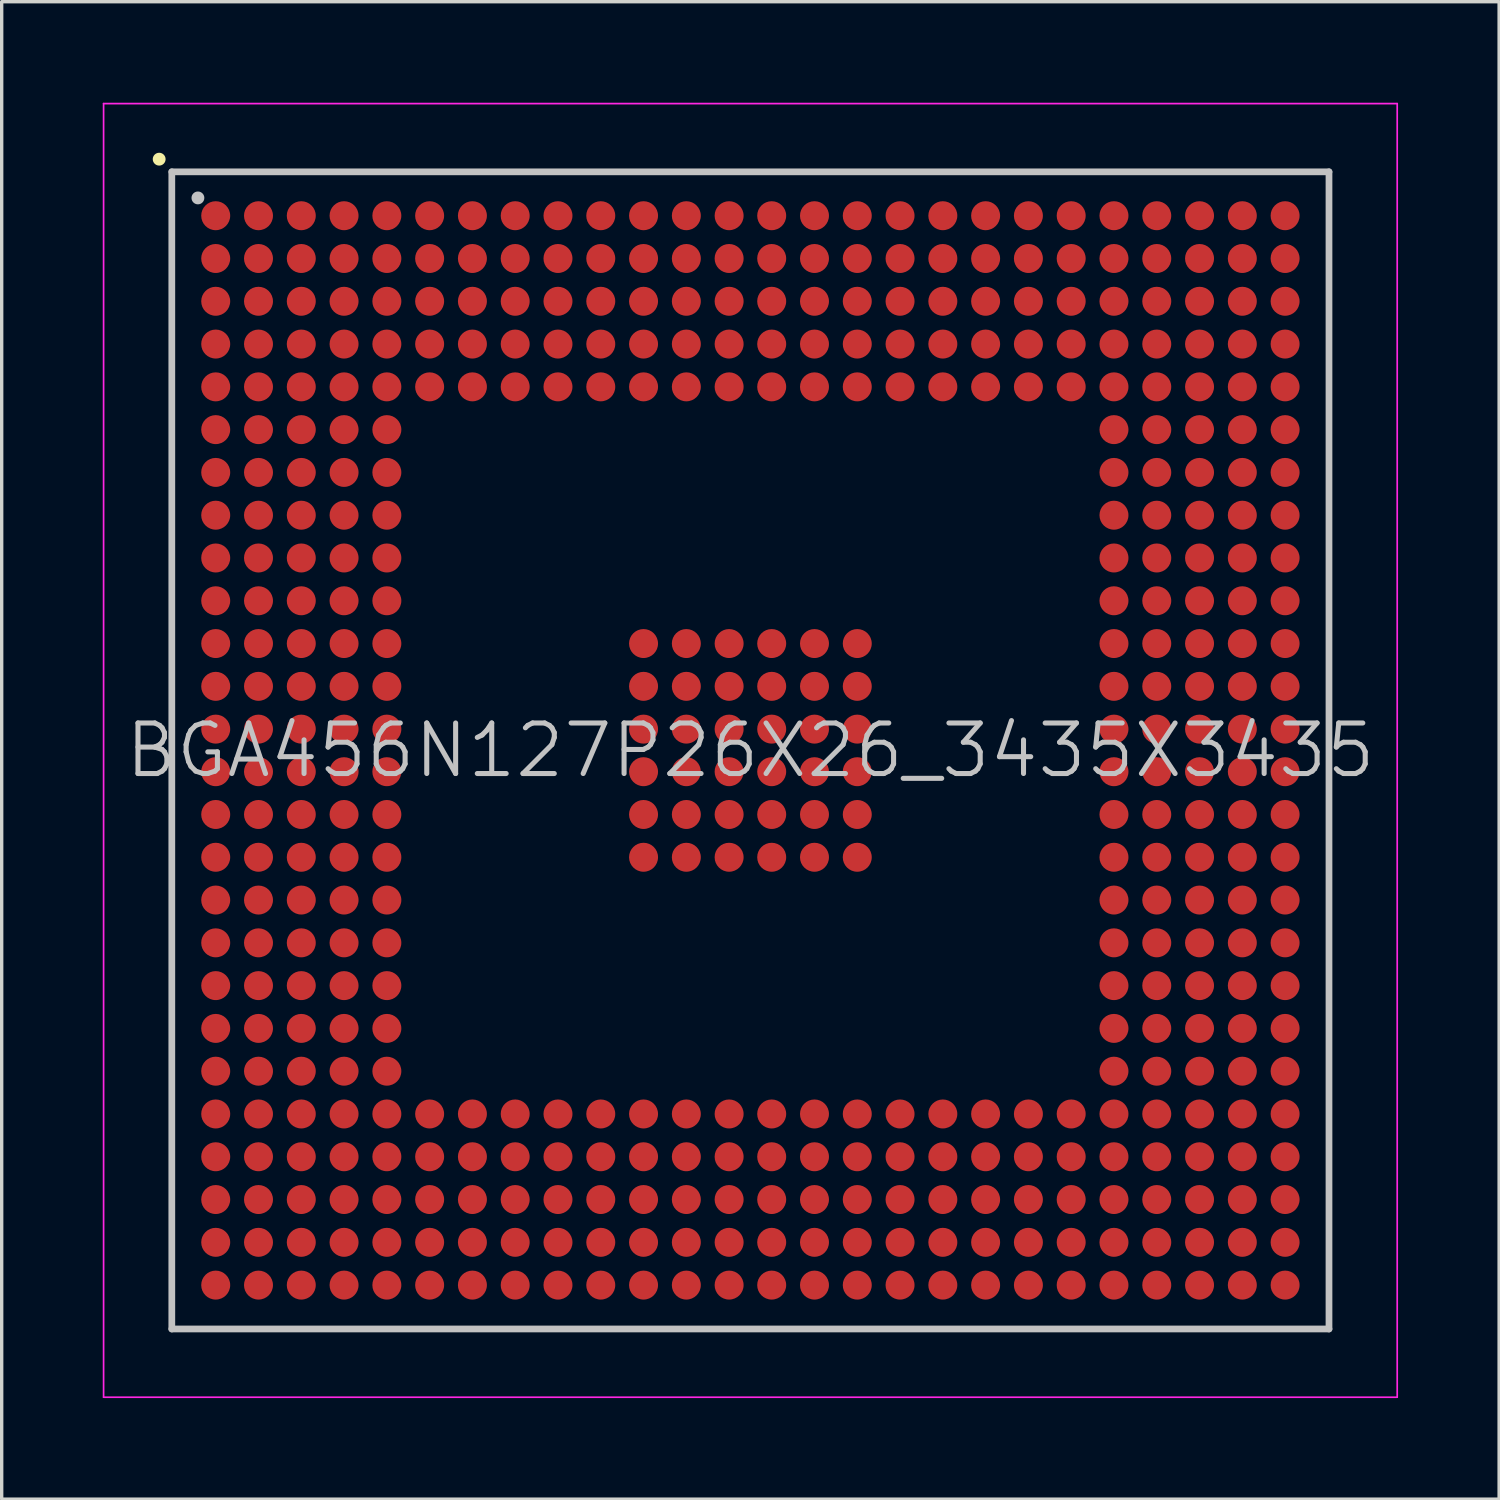
<source format=kicad_pcb>
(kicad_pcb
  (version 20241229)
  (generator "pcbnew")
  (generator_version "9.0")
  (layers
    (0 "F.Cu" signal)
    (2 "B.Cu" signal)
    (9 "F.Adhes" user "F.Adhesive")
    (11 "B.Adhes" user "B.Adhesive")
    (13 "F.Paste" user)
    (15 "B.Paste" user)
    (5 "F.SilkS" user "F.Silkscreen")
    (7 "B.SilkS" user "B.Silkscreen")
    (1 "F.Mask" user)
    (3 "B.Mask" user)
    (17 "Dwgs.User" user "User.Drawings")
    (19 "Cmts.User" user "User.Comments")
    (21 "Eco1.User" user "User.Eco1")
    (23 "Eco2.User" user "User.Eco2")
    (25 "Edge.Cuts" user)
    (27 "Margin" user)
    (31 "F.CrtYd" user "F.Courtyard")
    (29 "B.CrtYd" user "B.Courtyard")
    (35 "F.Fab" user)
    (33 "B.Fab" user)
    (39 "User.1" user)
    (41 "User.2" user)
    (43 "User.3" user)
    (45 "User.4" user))
  (footprint "BGA456N127P26X26_3435X3435"
    (layer "F.Cu")
    (at 19.225 19.225)
    (property "Reference" "BGA456N127P26X26_3435X3435" (at 0 0 0) (layer "Dwgs.User") (effects (font (size 1.5 1.5) (thickness 0.15))))
    (attr smd)
    (fp_line (start -17.55 -17.55) (end -17.55 -17.55) (stroke (width 0.381) (type solid)) (layer "F.SilkS"))
    (fp_line (start -17.175 -17.175) (end -17.175 17.175) (stroke (width 0.2) (type solid)) (layer "Dwgs.User"))
    (fp_line (start -17.175 -17.175) (end 17.175 -17.175) (stroke (width 0.2) (type solid)) (layer "Dwgs.User"))
    (fp_line (start -17.175 17.175) (end 17.175 17.175) (stroke (width 0.2) (type solid)) (layer "Dwgs.User"))
    (fp_line (start -16.4 -16.4) (end -16.4 -16.4) (stroke (width 0.381) (type solid)) (layer "Dwgs.User"))
    (fp_line (start 17.175 -17.175) (end 17.175 17.175) (stroke (width 0.2) (type solid)) (layer "Dwgs.User"))
    (fp_line (start -19.2 -19.2) (end -19.2 19.2) (stroke (width 0.05) (type solid)) (layer "F.CrtYd"))
    (fp_line (start -19.2 -19.2) (end 19.2 -19.2) (stroke (width 0.05) (type solid)) (layer "F.CrtYd"))
    (fp_line (start -19.2 19.2) (end 19.2 19.2) (stroke (width 0.05) (type solid)) (layer "F.CrtYd"))
    (fp_line (start 19.2 -19.2) (end 19.2 19.2) (stroke (width 0.05) (type solid)) (layer "F.CrtYd"))
    (pad "A1" smd circle (at -15.872 -15.872 270) (size 0.86 0.86) (layers "F.Cu" "F.Mask" "F.Paste"))
    (pad "A2" smd circle (at -14.602 -15.872 270) (size 0.86 0.86) (layers "F.Cu" "F.Mask" "F.Paste"))
    (pad "A3" smd circle (at -13.332 -15.872 270) (size 0.86 0.86) (layers "F.Cu" "F.Mask" "F.Paste"))
    (pad "A4" smd circle (at -12.062 -15.872 270) (size 0.86 0.86) (layers "F.Cu" "F.Mask" "F.Paste"))
    (pad "A5" smd circle (at -10.792 -15.872 270) (size 0.86 0.86) (layers "F.Cu" "F.Mask" "F.Paste"))
    (pad "A6" smd circle (at -9.522 -15.872 270) (size 0.86 0.86) (layers "F.Cu" "F.Mask" "F.Paste"))
    (pad "A7" smd circle (at -8.252 -15.872 270) (size 0.86 0.86) (layers "F.Cu" "F.Mask" "F.Paste"))
    (pad "A8" smd circle (at -6.982 -15.872 270) (size 0.86 0.86) (layers "F.Cu" "F.Mask" "F.Paste"))
    (pad "A9" smd circle (at -5.712 -15.872 270) (size 0.86 0.86) (layers "F.Cu" "F.Mask" "F.Paste"))
    (pad "A10" smd circle (at -4.442 -15.872 270) (size 0.86 0.86) (layers "F.Cu" "F.Mask" "F.Paste"))
    (pad "A11" smd circle (at -3.172 -15.872 270) (size 0.86 0.86) (layers "F.Cu" "F.Mask" "F.Paste"))
    (pad "A12" smd circle (at -1.902 -15.872 270) (size 0.86 0.86) (layers "F.Cu" "F.Mask" "F.Paste"))
    (pad "A13" smd circle (at -0.632 -15.872 270) (size 0.86 0.86) (layers "F.Cu" "F.Mask" "F.Paste"))
    (pad "A14" smd circle (at 0.632 -15.872 270) (size 0.86 0.86) (layers "F.Cu" "F.Mask" "F.Paste"))
    (pad "A15" smd circle (at 1.902 -15.872 270) (size 0.86 0.86) (layers "F.Cu" "F.Mask" "F.Paste"))
    (pad "A16" smd circle (at 3.172 -15.872 270) (size 0.86 0.86) (layers "F.Cu" "F.Mask" "F.Paste"))
    (pad "A17" smd circle (at 4.442 -15.872 270) (size 0.86 0.86) (layers "F.Cu" "F.Mask" "F.Paste"))
    (pad "A18" smd circle (at 5.712 -15.872 270) (size 0.86 0.86) (layers "F.Cu" "F.Mask" "F.Paste"))
    (pad "A19" smd circle (at 6.982 -15.872 270) (size 0.86 0.86) (layers "F.Cu" "F.Mask" "F.Paste"))
    (pad "A20" smd circle (at 8.252 -15.872 270) (size 0.86 0.86) (layers "F.Cu" "F.Mask" "F.Paste"))
    (pad "A21" smd circle (at 9.522 -15.872 270) (size 0.86 0.86) (layers "F.Cu" "F.Mask" "F.Paste"))
    (pad "A22" smd circle (at 10.792 -15.872 270) (size 0.86 0.86) (layers "F.Cu" "F.Mask" "F.Paste"))
    (pad "A23" smd circle (at 12.062 -15.872 270) (size 0.86 0.86) (layers "F.Cu" "F.Mask" "F.Paste"))
    (pad "A24" smd circle (at 13.332 -15.872 270) (size 0.86 0.86) (layers "F.Cu" "F.Mask" "F.Paste"))
    (pad "A25" smd circle (at 14.602 -15.872 270) (size 0.86 0.86) (layers "F.Cu" "F.Mask" "F.Paste"))
    (pad "A26" smd circle (at 15.872 -15.872 270) (size 0.86 0.86) (layers "F.Cu" "F.Mask" "F.Paste"))
    (pad "AA1" smd circle (at -15.872 9.522 270) (size 0.86 0.86) (layers "F.Cu" "F.Mask" "F.Paste"))
    (pad "AA2" smd circle (at -14.602 9.522 270) (size 0.86 0.86) (layers "F.Cu" "F.Mask" "F.Paste"))
    (pad "AA3" smd circle (at -13.332 9.522 270) (size 0.86 0.86) (layers "F.Cu" "F.Mask" "F.Paste"))
    (pad "AA4" smd circle (at -12.062 9.522 270) (size 0.86 0.86) (layers "F.Cu" "F.Mask" "F.Paste"))
    (pad "AA5" smd circle (at -10.792 9.522 270) (size 0.86 0.86) (layers "F.Cu" "F.Mask" "F.Paste"))
    (pad "AA22" smd circle (at 10.792 9.522 270) (size 0.86 0.86) (layers "F.Cu" "F.Mask" "F.Paste"))
    (pad "AA23" smd circle (at 12.062 9.522 270) (size 0.86 0.86) (layers "F.Cu" "F.Mask" "F.Paste"))
    (pad "AA24" smd circle (at 13.332 9.522 270) (size 0.86 0.86) (layers "F.Cu" "F.Mask" "F.Paste"))
    (pad "AA25" smd circle (at 14.602 9.522 270) (size 0.86 0.86) (layers "F.Cu" "F.Mask" "F.Paste"))
    (pad "AA26" smd circle (at 15.872 9.522 270) (size 0.86 0.86) (layers "F.Cu" "F.Mask" "F.Paste"))
    (pad "AB1" smd circle (at -15.872 10.792 270) (size 0.86 0.86) (layers "F.Cu" "F.Mask" "F.Paste"))
    (pad "AB2" smd circle (at -14.602 10.792 270) (size 0.86 0.86) (layers "F.Cu" "F.Mask" "F.Paste"))
    (pad "AB3" smd circle (at -13.332 10.792 270) (size 0.86 0.86) (layers "F.Cu" "F.Mask" "F.Paste"))
    (pad "AB4" smd circle (at -12.062 10.792 270) (size 0.86 0.86) (layers "F.Cu" "F.Mask" "F.Paste"))
    (pad "AB5" smd circle (at -10.792 10.792 270) (size 0.86 0.86) (layers "F.Cu" "F.Mask" "F.Paste"))
    (pad "AB6" smd circle (at -9.522 10.792 270) (size 0.86 0.86) (layers "F.Cu" "F.Mask" "F.Paste"))
    (pad "AB7" smd circle (at -8.252 10.792 270) (size 0.86 0.86) (layers "F.Cu" "F.Mask" "F.Paste"))
    (pad "AB8" smd circle (at -6.982 10.792 270) (size 0.86 0.86) (layers "F.Cu" "F.Mask" "F.Paste"))
    (pad "AB9" smd circle (at -5.712 10.792 270) (size 0.86 0.86) (layers "F.Cu" "F.Mask" "F.Paste"))
    (pad "AB10" smd circle (at -4.442 10.792 270) (size 0.86 0.86) (layers "F.Cu" "F.Mask" "F.Paste"))
    (pad "AB11" smd circle (at -3.172 10.792 270) (size 0.86 0.86) (layers "F.Cu" "F.Mask" "F.Paste"))
    (pad "AB12" smd circle (at -1.902 10.792 270) (size 0.86 0.86) (layers "F.Cu" "F.Mask" "F.Paste"))
    (pad "AB13" smd circle (at -0.632 10.792 270) (size 0.86 0.86) (layers "F.Cu" "F.Mask" "F.Paste"))
    (pad "AB14" smd circle (at 0.632 10.792 270) (size 0.86 0.86) (layers "F.Cu" "F.Mask" "F.Paste"))
    (pad "AB15" smd circle (at 1.902 10.792 270) (size 0.86 0.86) (layers "F.Cu" "F.Mask" "F.Paste"))
    (pad "AB16" smd circle (at 3.172 10.792 270) (size 0.86 0.86) (layers "F.Cu" "F.Mask" "F.Paste"))
    (pad "AB17" smd circle (at 4.442 10.792 270) (size 0.86 0.86) (layers "F.Cu" "F.Mask" "F.Paste"))
    (pad "AB18" smd circle (at 5.712 10.792 270) (size 0.86 0.86) (layers "F.Cu" "F.Mask" "F.Paste"))
    (pad "AB19" smd circle (at 6.982 10.792 270) (size 0.86 0.86) (layers "F.Cu" "F.Mask" "F.Paste"))
    (pad "AB20" smd circle (at 8.252 10.792 270) (size 0.86 0.86) (layers "F.Cu" "F.Mask" "F.Paste"))
    (pad "AB21" smd circle (at 9.522 10.792 270) (size 0.86 0.86) (layers "F.Cu" "F.Mask" "F.Paste"))
    (pad "AB22" smd circle (at 10.792 10.792 270) (size 0.86 0.86) (layers "F.Cu" "F.Mask" "F.Paste"))
    (pad "AB23" smd circle (at 12.062 10.792 270) (size 0.86 0.86) (layers "F.Cu" "F.Mask" "F.Paste"))
    (pad "AB24" smd circle (at 13.332 10.792 270) (size 0.86 0.86) (layers "F.Cu" "F.Mask" "F.Paste"))
    (pad "AB25" smd circle (at 14.602 10.792 270) (size 0.86 0.86) (layers "F.Cu" "F.Mask" "F.Paste"))
    (pad "AB26" smd circle (at 15.872 10.792 270) (size 0.86 0.86) (layers "F.Cu" "F.Mask" "F.Paste"))
    (pad "AC1" smd circle (at -15.872 12.062 270) (size 0.86 0.86) (layers "F.Cu" "F.Mask" "F.Paste"))
    (pad "AC2" smd circle (at -14.602 12.062 270) (size 0.86 0.86) (layers "F.Cu" "F.Mask" "F.Paste"))
    (pad "AC3" smd circle (at -13.332 12.062 270) (size 0.86 0.86) (layers "F.Cu" "F.Mask" "F.Paste"))
    (pad "AC4" smd circle (at -12.062 12.062 270) (size 0.86 0.86) (layers "F.Cu" "F.Mask" "F.Paste"))
    (pad "AC5" smd circle (at -10.792 12.062 270) (size 0.86 0.86) (layers "F.Cu" "F.Mask" "F.Paste"))
    (pad "AC6" smd circle (at -9.522 12.062 270) (size 0.86 0.86) (layers "F.Cu" "F.Mask" "F.Paste"))
    (pad "AC7" smd circle (at -8.252 12.062 270) (size 0.86 0.86) (layers "F.Cu" "F.Mask" "F.Paste"))
    (pad "AC8" smd circle (at -6.982 12.062 270) (size 0.86 0.86) (layers "F.Cu" "F.Mask" "F.Paste"))
    (pad "AC9" smd circle (at -5.712 12.062 270) (size 0.86 0.86) (layers "F.Cu" "F.Mask" "F.Paste"))
    (pad "AC10" smd circle (at -4.442 12.062 270) (size 0.86 0.86) (layers "F.Cu" "F.Mask" "F.Paste"))
    (pad "AC11" smd circle (at -3.172 12.062 270) (size 0.86 0.86) (layers "F.Cu" "F.Mask" "F.Paste"))
    (pad "AC12" smd circle (at -1.902 12.062 270) (size 0.86 0.86) (layers "F.Cu" "F.Mask" "F.Paste"))
    (pad "AC13" smd circle (at -0.632 12.062 270) (size 0.86 0.86) (layers "F.Cu" "F.Mask" "F.Paste"))
    (pad "AC14" smd circle (at 0.632 12.062 270) (size 0.86 0.86) (layers "F.Cu" "F.Mask" "F.Paste"))
    (pad "AC15" smd circle (at 1.902 12.062 270) (size 0.86 0.86) (layers "F.Cu" "F.Mask" "F.Paste"))
    (pad "AC16" smd circle (at 3.172 12.062 270) (size 0.86 0.86) (layers "F.Cu" "F.Mask" "F.Paste"))
    (pad "AC17" smd circle (at 4.442 12.062 270) (size 0.86 0.86) (layers "F.Cu" "F.Mask" "F.Paste"))
    (pad "AC18" smd circle (at 5.712 12.062 270) (size 0.86 0.86) (layers "F.Cu" "F.Mask" "F.Paste"))
    (pad "AC19" smd circle (at 6.982 12.062 270) (size 0.86 0.86) (layers "F.Cu" "F.Mask" "F.Paste"))
    (pad "AC20" smd circle (at 8.252 12.062 270) (size 0.86 0.86) (layers "F.Cu" "F.Mask" "F.Paste"))
    (pad "AC21" smd circle (at 9.522 12.062 270) (size 0.86 0.86) (layers "F.Cu" "F.Mask" "F.Paste"))
    (pad "AC22" smd circle (at 10.792 12.062 270) (size 0.86 0.86) (layers "F.Cu" "F.Mask" "F.Paste"))
    (pad "AC23" smd circle (at 12.062 12.062 270) (size 0.86 0.86) (layers "F.Cu" "F.Mask" "F.Paste"))
    (pad "AC24" smd circle (at 13.332 12.062 270) (size 0.86 0.86) (layers "F.Cu" "F.Mask" "F.Paste"))
    (pad "AC25" smd circle (at 14.602 12.062 270) (size 0.86 0.86) (layers "F.Cu" "F.Mask" "F.Paste"))
    (pad "AC26" smd circle (at 15.872 12.062 270) (size 0.86 0.86) (layers "F.Cu" "F.Mask" "F.Paste"))
    (pad "AD1" smd circle (at -15.872 13.332 270) (size 0.86 0.86) (layers "F.Cu" "F.Mask" "F.Paste"))
    (pad "AD2" smd circle (at -14.602 13.332 270) (size 0.86 0.86) (layers "F.Cu" "F.Mask" "F.Paste"))
    (pad "AD3" smd circle (at -13.332 13.332 270) (size 0.86 0.86) (layers "F.Cu" "F.Mask" "F.Paste"))
    (pad "AD4" smd circle (at -12.062 13.332 270) (size 0.86 0.86) (layers "F.Cu" "F.Mask" "F.Paste"))
    (pad "AD5" smd circle (at -10.792 13.332 270) (size 0.86 0.86) (layers "F.Cu" "F.Mask" "F.Paste"))
    (pad "AD6" smd circle (at -9.522 13.332 270) (size 0.86 0.86) (layers "F.Cu" "F.Mask" "F.Paste"))
    (pad "AD7" smd circle (at -8.252 13.332 270) (size 0.86 0.86) (layers "F.Cu" "F.Mask" "F.Paste"))
    (pad "AD8" smd circle (at -6.982 13.332 270) (size 0.86 0.86) (layers "F.Cu" "F.Mask" "F.Paste"))
    (pad "AD9" smd circle (at -5.712 13.332 270) (size 0.86 0.86) (layers "F.Cu" "F.Mask" "F.Paste"))
    (pad "AD10" smd circle (at -4.442 13.332 270) (size 0.86 0.86) (layers "F.Cu" "F.Mask" "F.Paste"))
    (pad "AD11" smd circle (at -3.172 13.332 270) (size 0.86 0.86) (layers "F.Cu" "F.Mask" "F.Paste"))
    (pad "AD12" smd circle (at -1.902 13.332 270) (size 0.86 0.86) (layers "F.Cu" "F.Mask" "F.Paste"))
    (pad "AD13" smd circle (at -0.632 13.332 270) (size 0.86 0.86) (layers "F.Cu" "F.Mask" "F.Paste"))
    (pad "AD14" smd circle (at 0.632 13.332 270) (size 0.86 0.86) (layers "F.Cu" "F.Mask" "F.Paste"))
    (pad "AD15" smd circle (at 1.902 13.332 270) (size 0.86 0.86) (layers "F.Cu" "F.Mask" "F.Paste"))
    (pad "AD16" smd circle (at 3.172 13.332 270) (size 0.86 0.86) (layers "F.Cu" "F.Mask" "F.Paste"))
    (pad "AD17" smd circle (at 4.442 13.332 270) (size 0.86 0.86) (layers "F.Cu" "F.Mask" "F.Paste"))
    (pad "AD18" smd circle (at 5.712 13.332 270) (size 0.86 0.86) (layers "F.Cu" "F.Mask" "F.Paste"))
    (pad "AD19" smd circle (at 6.982 13.332 270) (size 0.86 0.86) (layers "F.Cu" "F.Mask" "F.Paste"))
    (pad "AD20" smd circle (at 8.252 13.332 270) (size 0.86 0.86) (layers "F.Cu" "F.Mask" "F.Paste"))
    (pad "AD21" smd circle (at 9.522 13.332 270) (size 0.86 0.86) (layers "F.Cu" "F.Mask" "F.Paste"))
    (pad "AD22" smd circle (at 10.792 13.332 270) (size 0.86 0.86) (layers "F.Cu" "F.Mask" "F.Paste"))
    (pad "AD23" smd circle (at 12.062 13.332 270) (size 0.86 0.86) (layers "F.Cu" "F.Mask" "F.Paste"))
    (pad "AD24" smd circle (at 13.332 13.332 270) (size 0.86 0.86) (layers "F.Cu" "F.Mask" "F.Paste"))
    (pad "AD25" smd circle (at 14.602 13.332 270) (size 0.86 0.86) (layers "F.Cu" "F.Mask" "F.Paste"))
    (pad "AD26" smd circle (at 15.872 13.332 270) (size 0.86 0.86) (layers "F.Cu" "F.Mask" "F.Paste"))
    (pad "AE1" smd circle (at -15.872 14.602 270) (size 0.86 0.86) (layers "F.Cu" "F.Mask" "F.Paste"))
    (pad "AE2" smd circle (at -14.602 14.602 270) (size 0.86 0.86) (layers "F.Cu" "F.Mask" "F.Paste"))
    (pad "AE3" smd circle (at -13.332 14.602 270) (size 0.86 0.86) (layers "F.Cu" "F.Mask" "F.Paste"))
    (pad "AE4" smd circle (at -12.062 14.602 270) (size 0.86 0.86) (layers "F.Cu" "F.Mask" "F.Paste"))
    (pad "AE5" smd circle (at -10.792 14.602 270) (size 0.86 0.86) (layers "F.Cu" "F.Mask" "F.Paste"))
    (pad "AE6" smd circle (at -9.522 14.602 270) (size 0.86 0.86) (layers "F.Cu" "F.Mask" "F.Paste"))
    (pad "AE7" smd circle (at -8.252 14.602 270) (size 0.86 0.86) (layers "F.Cu" "F.Mask" "F.Paste"))
    (pad "AE8" smd circle (at -6.982 14.602 270) (size 0.86 0.86) (layers "F.Cu" "F.Mask" "F.Paste"))
    (pad "AE9" smd circle (at -5.712 14.602 270) (size 0.86 0.86) (layers "F.Cu" "F.Mask" "F.Paste"))
    (pad "AE10" smd circle (at -4.442 14.602 270) (size 0.86 0.86) (layers "F.Cu" "F.Mask" "F.Paste"))
    (pad "AE11" smd circle (at -3.172 14.602 270) (size 0.86 0.86) (layers "F.Cu" "F.Mask" "F.Paste"))
    (pad "AE12" smd circle (at -1.902 14.602 270) (size 0.86 0.86) (layers "F.Cu" "F.Mask" "F.Paste"))
    (pad "AE13" smd circle (at -0.632 14.602 270) (size 0.86 0.86) (layers "F.Cu" "F.Mask" "F.Paste"))
    (pad "AE14" smd circle (at 0.632 14.602 270) (size 0.86 0.86) (layers "F.Cu" "F.Mask" "F.Paste"))
    (pad "AE15" smd circle (at 1.902 14.602 270) (size 0.86 0.86) (layers "F.Cu" "F.Mask" "F.Paste"))
    (pad "AE16" smd circle (at 3.172 14.602 270) (size 0.86 0.86) (layers "F.Cu" "F.Mask" "F.Paste"))
    (pad "AE17" smd circle (at 4.442 14.602 270) (size 0.86 0.86) (layers "F.Cu" "F.Mask" "F.Paste"))
    (pad "AE18" smd circle (at 5.712 14.602 270) (size 0.86 0.86) (layers "F.Cu" "F.Mask" "F.Paste"))
    (pad "AE19" smd circle (at 6.982 14.602 270) (size 0.86 0.86) (layers "F.Cu" "F.Mask" "F.Paste"))
    (pad "AE20" smd circle (at 8.252 14.602 270) (size 0.86 0.86) (layers "F.Cu" "F.Mask" "F.Paste"))
    (pad "AE21" smd circle (at 9.522 14.602 270) (size 0.86 0.86) (layers "F.Cu" "F.Mask" "F.Paste"))
    (pad "AE22" smd circle (at 10.792 14.602 270) (size 0.86 0.86) (layers "F.Cu" "F.Mask" "F.Paste"))
    (pad "AE23" smd circle (at 12.062 14.602 270) (size 0.86 0.86) (layers "F.Cu" "F.Mask" "F.Paste"))
    (pad "AE24" smd circle (at 13.332 14.602 270) (size 0.86 0.86) (layers "F.Cu" "F.Mask" "F.Paste"))
    (pad "AE25" smd circle (at 14.602 14.602 270) (size 0.86 0.86) (layers "F.Cu" "F.Mask" "F.Paste"))
    (pad "AE26" smd circle (at 15.872 14.602 270) (size 0.86 0.86) (layers "F.Cu" "F.Mask" "F.Paste"))
    (pad "AF1" smd circle (at -15.872 15.872 270) (size 0.86 0.86) (layers "F.Cu" "F.Mask" "F.Paste"))
    (pad "AF2" smd circle (at -14.602 15.872 270) (size 0.86 0.86) (layers "F.Cu" "F.Mask" "F.Paste"))
    (pad "AF3" smd circle (at -13.332 15.872 270) (size 0.86 0.86) (layers "F.Cu" "F.Mask" "F.Paste"))
    (pad "AF4" smd circle (at -12.062 15.872 270) (size 0.86 0.86) (layers "F.Cu" "F.Mask" "F.Paste"))
    (pad "AF5" smd circle (at -10.792 15.872 270) (size 0.86 0.86) (layers "F.Cu" "F.Mask" "F.Paste"))
    (pad "AF6" smd circle (at -9.522 15.872 270) (size 0.86 0.86) (layers "F.Cu" "F.Mask" "F.Paste"))
    (pad "AF7" smd circle (at -8.252 15.872 270) (size 0.86 0.86) (layers "F.Cu" "F.Mask" "F.Paste"))
    (pad "AF8" smd circle (at -6.982 15.872 270) (size 0.86 0.86) (layers "F.Cu" "F.Mask" "F.Paste"))
    (pad "AF9" smd circle (at -5.712 15.872 270) (size 0.86 0.86) (layers "F.Cu" "F.Mask" "F.Paste"))
    (pad "AF10" smd circle (at -4.442 15.872 270) (size 0.86 0.86) (layers "F.Cu" "F.Mask" "F.Paste"))
    (pad "AF11" smd circle (at -3.172 15.872 270) (size 0.86 0.86) (layers "F.Cu" "F.Mask" "F.Paste"))
    (pad "AF12" smd circle (at -1.902 15.872 270) (size 0.86 0.86) (layers "F.Cu" "F.Mask" "F.Paste"))
    (pad "AF13" smd circle (at -0.632 15.872 270) (size 0.86 0.86) (layers "F.Cu" "F.Mask" "F.Paste"))
    (pad "AF14" smd circle (at 0.632 15.872 270) (size 0.86 0.86) (layers "F.Cu" "F.Mask" "F.Paste"))
    (pad "AF15" smd circle (at 1.902 15.872 270) (size 0.86 0.86) (layers "F.Cu" "F.Mask" "F.Paste"))
    (pad "AF16" smd circle (at 3.172 15.872 270) (size 0.86 0.86) (layers "F.Cu" "F.Mask" "F.Paste"))
    (pad "AF17" smd circle (at 4.442 15.872 270) (size 0.86 0.86) (layers "F.Cu" "F.Mask" "F.Paste"))
    (pad "AF18" smd circle (at 5.712 15.872 270) (size 0.86 0.86) (layers "F.Cu" "F.Mask" "F.Paste"))
    (pad "AF19" smd circle (at 6.982 15.872 270) (size 0.86 0.86) (layers "F.Cu" "F.Mask" "F.Paste"))
    (pad "AF20" smd circle (at 8.252 15.872 270) (size 0.86 0.86) (layers "F.Cu" "F.Mask" "F.Paste"))
    (pad "AF21" smd circle (at 9.522 15.872 270) (size 0.86 0.86) (layers "F.Cu" "F.Mask" "F.Paste"))
    (pad "AF22" smd circle (at 10.792 15.872 270) (size 0.86 0.86) (layers "F.Cu" "F.Mask" "F.Paste"))
    (pad "AF23" smd circle (at 12.062 15.872 270) (size 0.86 0.86) (layers "F.Cu" "F.Mask" "F.Paste"))
    (pad "AF24" smd circle (at 13.332 15.872 270) (size 0.86 0.86) (layers "F.Cu" "F.Mask" "F.Paste"))
    (pad "AF25" smd circle (at 14.602 15.872 270) (size 0.86 0.86) (layers "F.Cu" "F.Mask" "F.Paste"))
    (pad "AF26" smd circle (at 15.872 15.872 270) (size 0.86 0.86) (layers "F.Cu" "F.Mask" "F.Paste"))
    (pad "B1" smd circle (at -15.872 -14.602 270) (size 0.86 0.86) (layers "F.Cu" "F.Mask" "F.Paste"))
    (pad "B2" smd circle (at -14.602 -14.602 270) (size 0.86 0.86) (layers "F.Cu" "F.Mask" "F.Paste"))
    (pad "B3" smd circle (at -13.332 -14.602 270) (size 0.86 0.86) (layers "F.Cu" "F.Mask" "F.Paste"))
    (pad "B4" smd circle (at -12.062 -14.602 270) (size 0.86 0.86) (layers "F.Cu" "F.Mask" "F.Paste"))
    (pad "B5" smd circle (at -10.792 -14.602 270) (size 0.86 0.86) (layers "F.Cu" "F.Mask" "F.Paste"))
    (pad "B6" smd circle (at -9.522 -14.602 270) (size 0.86 0.86) (layers "F.Cu" "F.Mask" "F.Paste"))
    (pad "B7" smd circle (at -8.252 -14.602 270) (size 0.86 0.86) (layers "F.Cu" "F.Mask" "F.Paste"))
    (pad "B8" smd circle (at -6.982 -14.602 270) (size 0.86 0.86) (layers "F.Cu" "F.Mask" "F.Paste"))
    (pad "B9" smd circle (at -5.712 -14.602 270) (size 0.86 0.86) (layers "F.Cu" "F.Mask" "F.Paste"))
    (pad "B10" smd circle (at -4.442 -14.602 270) (size 0.86 0.86) (layers "F.Cu" "F.Mask" "F.Paste"))
    (pad "B11" smd circle (at -3.172 -14.602 270) (size 0.86 0.86) (layers "F.Cu" "F.Mask" "F.Paste"))
    (pad "B12" smd circle (at -1.902 -14.602 270) (size 0.86 0.86) (layers "F.Cu" "F.Mask" "F.Paste"))
    (pad "B13" smd circle (at -0.632 -14.602 270) (size 0.86 0.86) (layers "F.Cu" "F.Mask" "F.Paste"))
    (pad "B14" smd circle (at 0.632 -14.602 270) (size 0.86 0.86) (layers "F.Cu" "F.Mask" "F.Paste"))
    (pad "B15" smd circle (at 1.902 -14.602 270) (size 0.86 0.86) (layers "F.Cu" "F.Mask" "F.Paste"))
    (pad "B16" smd circle (at 3.172 -14.602 270) (size 0.86 0.86) (layers "F.Cu" "F.Mask" "F.Paste"))
    (pad "B17" smd circle (at 4.442 -14.602 270) (size 0.86 0.86) (layers "F.Cu" "F.Mask" "F.Paste"))
    (pad "B18" smd circle (at 5.712 -14.602 270) (size 0.86 0.86) (layers "F.Cu" "F.Mask" "F.Paste"))
    (pad "B19" smd circle (at 6.982 -14.602 270) (size 0.86 0.86) (layers "F.Cu" "F.Mask" "F.Paste"))
    (pad "B20" smd circle (at 8.252 -14.602 270) (size 0.86 0.86) (layers "F.Cu" "F.Mask" "F.Paste"))
    (pad "B21" smd circle (at 9.522 -14.602 270) (size 0.86 0.86) (layers "F.Cu" "F.Mask" "F.Paste"))
    (pad "B22" smd circle (at 10.792 -14.602 270) (size 0.86 0.86) (layers "F.Cu" "F.Mask" "F.Paste"))
    (pad "B23" smd circle (at 12.062 -14.602 270) (size 0.86 0.86) (layers "F.Cu" "F.Mask" "F.Paste"))
    (pad "B24" smd circle (at 13.332 -14.602 270) (size 0.86 0.86) (layers "F.Cu" "F.Mask" "F.Paste"))
    (pad "B25" smd circle (at 14.602 -14.602 270) (size 0.86 0.86) (layers "F.Cu" "F.Mask" "F.Paste"))
    (pad "B26" smd circle (at 15.872 -14.602 270) (size 0.86 0.86) (layers "F.Cu" "F.Mask" "F.Paste"))
    (pad "C1" smd circle (at -15.872 -13.332 270) (size 0.86 0.86) (layers "F.Cu" "F.Mask" "F.Paste"))
    (pad "C2" smd circle (at -14.602 -13.332 270) (size 0.86 0.86) (layers "F.Cu" "F.Mask" "F.Paste"))
    (pad "C3" smd circle (at -13.332 -13.332 270) (size 0.86 0.86) (layers "F.Cu" "F.Mask" "F.Paste"))
    (pad "C4" smd circle (at -12.062 -13.332 270) (size 0.86 0.86) (layers "F.Cu" "F.Mask" "F.Paste"))
    (pad "C5" smd circle (at -10.792 -13.332 270) (size 0.86 0.86) (layers "F.Cu" "F.Mask" "F.Paste"))
    (pad "C6" smd circle (at -9.522 -13.332 270) (size 0.86 0.86) (layers "F.Cu" "F.Mask" "F.Paste"))
    (pad "C7" smd circle (at -8.252 -13.332 270) (size 0.86 0.86) (layers "F.Cu" "F.Mask" "F.Paste"))
    (pad "C8" smd circle (at -6.982 -13.332 270) (size 0.86 0.86) (layers "F.Cu" "F.Mask" "F.Paste"))
    (pad "C9" smd circle (at -5.712 -13.332 270) (size 0.86 0.86) (layers "F.Cu" "F.Mask" "F.Paste"))
    (pad "C10" smd circle (at -4.442 -13.332 270) (size 0.86 0.86) (layers "F.Cu" "F.Mask" "F.Paste"))
    (pad "C11" smd circle (at -3.172 -13.332 270) (size 0.86 0.86) (layers "F.Cu" "F.Mask" "F.Paste"))
    (pad "C12" smd circle (at -1.902 -13.332 270) (size 0.86 0.86) (layers "F.Cu" "F.Mask" "F.Paste"))
    (pad "C13" smd circle (at -0.632 -13.332 270) (size 0.86 0.86) (layers "F.Cu" "F.Mask" "F.Paste"))
    (pad "C14" smd circle (at 0.632 -13.332 270) (size 0.86 0.86) (layers "F.Cu" "F.Mask" "F.Paste"))
    (pad "C15" smd circle (at 1.902 -13.332 270) (size 0.86 0.86) (layers "F.Cu" "F.Mask" "F.Paste"))
    (pad "C16" smd circle (at 3.172 -13.332 270) (size 0.86 0.86) (layers "F.Cu" "F.Mask" "F.Paste"))
    (pad "C17" smd circle (at 4.442 -13.332 270) (size 0.86 0.86) (layers "F.Cu" "F.Mask" "F.Paste"))
    (pad "C18" smd circle (at 5.712 -13.332 270) (size 0.86 0.86) (layers "F.Cu" "F.Mask" "F.Paste"))
    (pad "C19" smd circle (at 6.982 -13.332 270) (size 0.86 0.86) (layers "F.Cu" "F.Mask" "F.Paste"))
    (pad "C20" smd circle (at 8.252 -13.332 270) (size 0.86 0.86) (layers "F.Cu" "F.Mask" "F.Paste"))
    (pad "C21" smd circle (at 9.522 -13.332 270) (size 0.86 0.86) (layers "F.Cu" "F.Mask" "F.Paste"))
    (pad "C22" smd circle (at 10.792 -13.332 270) (size 0.86 0.86) (layers "F.Cu" "F.Mask" "F.Paste"))
    (pad "C23" smd circle (at 12.062 -13.332 270) (size 0.86 0.86) (layers "F.Cu" "F.Mask" "F.Paste"))
    (pad "C24" smd circle (at 13.332 -13.332 270) (size 0.86 0.86) (layers "F.Cu" "F.Mask" "F.Paste"))
    (pad "C25" smd circle (at 14.602 -13.332 270) (size 0.86 0.86) (layers "F.Cu" "F.Mask" "F.Paste"))
    (pad "C26" smd circle (at 15.872 -13.332 270) (size 0.86 0.86) (layers "F.Cu" "F.Mask" "F.Paste"))
    (pad "D1" smd circle (at -15.872 -12.062 270) (size 0.86 0.86) (layers "F.Cu" "F.Mask" "F.Paste"))
    (pad "D2" smd circle (at -14.602 -12.062 270) (size 0.86 0.86) (layers "F.Cu" "F.Mask" "F.Paste"))
    (pad "D3" smd circle (at -13.332 -12.062 270) (size 0.86 0.86) (layers "F.Cu" "F.Mask" "F.Paste"))
    (pad "D4" smd circle (at -12.062 -12.062 270) (size 0.86 0.86) (layers "F.Cu" "F.Mask" "F.Paste"))
    (pad "D5" smd circle (at -10.792 -12.062 270) (size 0.86 0.86) (layers "F.Cu" "F.Mask" "F.Paste"))
    (pad "D6" smd circle (at -9.522 -12.062 270) (size 0.86 0.86) (layers "F.Cu" "F.Mask" "F.Paste"))
    (pad "D7" smd circle (at -8.252 -12.062 270) (size 0.86 0.86) (layers "F.Cu" "F.Mask" "F.Paste"))
    (pad "D8" smd circle (at -6.982 -12.062 270) (size 0.86 0.86) (layers "F.Cu" "F.Mask" "F.Paste"))
    (pad "D9" smd circle (at -5.712 -12.062 270) (size 0.86 0.86) (layers "F.Cu" "F.Mask" "F.Paste"))
    (pad "D10" smd circle (at -4.442 -12.062 270) (size 0.86 0.86) (layers "F.Cu" "F.Mask" "F.Paste"))
    (pad "D11" smd circle (at -3.172 -12.062 270) (size 0.86 0.86) (layers "F.Cu" "F.Mask" "F.Paste"))
    (pad "D12" smd circle (at -1.902 -12.062 270) (size 0.86 0.86) (layers "F.Cu" "F.Mask" "F.Paste"))
    (pad "D13" smd circle (at -0.632 -12.062 270) (size 0.86 0.86) (layers "F.Cu" "F.Mask" "F.Paste"))
    (pad "D14" smd circle (at 0.632 -12.062 270) (size 0.86 0.86) (layers "F.Cu" "F.Mask" "F.Paste"))
    (pad "D15" smd circle (at 1.902 -12.062 270) (size 0.86 0.86) (layers "F.Cu" "F.Mask" "F.Paste"))
    (pad "D16" smd circle (at 3.172 -12.062 270) (size 0.86 0.86) (layers "F.Cu" "F.Mask" "F.Paste"))
    (pad "D17" smd circle (at 4.442 -12.062 270) (size 0.86 0.86) (layers "F.Cu" "F.Mask" "F.Paste"))
    (pad "D18" smd circle (at 5.712 -12.062 270) (size 0.86 0.86) (layers "F.Cu" "F.Mask" "F.Paste"))
    (pad "D19" smd circle (at 6.982 -12.062 270) (size 0.86 0.86) (layers "F.Cu" "F.Mask" "F.Paste"))
    (pad "D20" smd circle (at 8.252 -12.062 270) (size 0.86 0.86) (layers "F.Cu" "F.Mask" "F.Paste"))
    (pad "D21" smd circle (at 9.522 -12.062 270) (size 0.86 0.86) (layers "F.Cu" "F.Mask" "F.Paste"))
    (pad "D22" smd circle (at 10.792 -12.062 270) (size 0.86 0.86) (layers "F.Cu" "F.Mask" "F.Paste"))
    (pad "D23" smd circle (at 12.062 -12.062 270) (size 0.86 0.86) (layers "F.Cu" "F.Mask" "F.Paste"))
    (pad "D24" smd circle (at 13.332 -12.062 270) (size 0.86 0.86) (layers "F.Cu" "F.Mask" "F.Paste"))
    (pad "D25" smd circle (at 14.602 -12.062 270) (size 0.86 0.86) (layers "F.Cu" "F.Mask" "F.Paste"))
    (pad "D26" smd circle (at 15.872 -12.062 270) (size 0.86 0.86) (layers "F.Cu" "F.Mask" "F.Paste"))
    (pad "E1" smd circle (at -15.872 -10.792 270) (size 0.86 0.86) (layers "F.Cu" "F.Mask" "F.Paste"))
    (pad "E2" smd circle (at -14.602 -10.792 270) (size 0.86 0.86) (layers "F.Cu" "F.Mask" "F.Paste"))
    (pad "E3" smd circle (at -13.332 -10.792 270) (size 0.86 0.86) (layers "F.Cu" "F.Mask" "F.Paste"))
    (pad "E4" smd circle (at -12.062 -10.792 270) (size 0.86 0.86) (layers "F.Cu" "F.Mask" "F.Paste"))
    (pad "E5" smd circle (at -10.792 -10.792 270) (size 0.86 0.86) (layers "F.Cu" "F.Mask" "F.Paste"))
    (pad "E6" smd circle (at -9.522 -10.792 270) (size 0.86 0.86) (layers "F.Cu" "F.Mask" "F.Paste"))
    (pad "E7" smd circle (at -8.252 -10.792 270) (size 0.86 0.86) (layers "F.Cu" "F.Mask" "F.Paste"))
    (pad "E8" smd circle (at -6.982 -10.792 270) (size 0.86 0.86) (layers "F.Cu" "F.Mask" "F.Paste"))
    (pad "E9" smd circle (at -5.712 -10.792 270) (size 0.86 0.86) (layers "F.Cu" "F.Mask" "F.Paste"))
    (pad "E10" smd circle (at -4.442 -10.792 270) (size 0.86 0.86) (layers "F.Cu" "F.Mask" "F.Paste"))
    (pad "E11" smd circle (at -3.172 -10.792 270) (size 0.86 0.86) (layers "F.Cu" "F.Mask" "F.Paste"))
    (pad "E12" smd circle (at -1.902 -10.792 270) (size 0.86 0.86) (layers "F.Cu" "F.Mask" "F.Paste"))
    (pad "E13" smd circle (at -0.632 -10.792 270) (size 0.86 0.86) (layers "F.Cu" "F.Mask" "F.Paste"))
    (pad "E14" smd circle (at 0.632 -10.792 270) (size 0.86 0.86) (layers "F.Cu" "F.Mask" "F.Paste"))
    (pad "E15" smd circle (at 1.902 -10.792 270) (size 0.86 0.86) (layers "F.Cu" "F.Mask" "F.Paste"))
    (pad "E16" smd circle (at 3.172 -10.792 270) (size 0.86 0.86) (layers "F.Cu" "F.Mask" "F.Paste"))
    (pad "E17" smd circle (at 4.442 -10.792 270) (size 0.86 0.86) (layers "F.Cu" "F.Mask" "F.Paste"))
    (pad "E18" smd circle (at 5.712 -10.792 270) (size 0.86 0.86) (layers "F.Cu" "F.Mask" "F.Paste"))
    (pad "E19" smd circle (at 6.982 -10.792 270) (size 0.86 0.86) (layers "F.Cu" "F.Mask" "F.Paste"))
    (pad "E20" smd circle (at 8.252 -10.792 270) (size 0.86 0.86) (layers "F.Cu" "F.Mask" "F.Paste"))
    (pad "E21" smd circle (at 9.522 -10.792 270) (size 0.86 0.86) (layers "F.Cu" "F.Mask" "F.Paste"))
    (pad "E22" smd circle (at 10.792 -10.792 270) (size 0.86 0.86) (layers "F.Cu" "F.Mask" "F.Paste"))
    (pad "E23" smd circle (at 12.062 -10.792 270) (size 0.86 0.86) (layers "F.Cu" "F.Mask" "F.Paste"))
    (pad "E24" smd circle (at 13.332 -10.792 270) (size 0.86 0.86) (layers "F.Cu" "F.Mask" "F.Paste"))
    (pad "E25" smd circle (at 14.602 -10.792 270) (size 0.86 0.86) (layers "F.Cu" "F.Mask" "F.Paste"))
    (pad "E26" smd circle (at 15.872 -10.792 270) (size 0.86 0.86) (layers "F.Cu" "F.Mask" "F.Paste"))
    (pad "F1" smd circle (at -15.872 -9.522 270) (size 0.86 0.86) (layers "F.Cu" "F.Mask" "F.Paste"))
    (pad "F2" smd circle (at -14.602 -9.522 270) (size 0.86 0.86) (layers "F.Cu" "F.Mask" "F.Paste"))
    (pad "F3" smd circle (at -13.332 -9.522 270) (size 0.86 0.86) (layers "F.Cu" "F.Mask" "F.Paste"))
    (pad "F4" smd circle (at -12.062 -9.522 270) (size 0.86 0.86) (layers "F.Cu" "F.Mask" "F.Paste"))
    (pad "F5" smd circle (at -10.792 -9.522 270) (size 0.86 0.86) (layers "F.Cu" "F.Mask" "F.Paste"))
    (pad "F22" smd circle (at 10.792 -9.522 270) (size 0.86 0.86) (layers "F.Cu" "F.Mask" "F.Paste"))
    (pad "F23" smd circle (at 12.062 -9.522 270) (size 0.86 0.86) (layers "F.Cu" "F.Mask" "F.Paste"))
    (pad "F24" smd circle (at 13.332 -9.522 270) (size 0.86 0.86) (layers "F.Cu" "F.Mask" "F.Paste"))
    (pad "F25" smd circle (at 14.602 -9.522 270) (size 0.86 0.86) (layers "F.Cu" "F.Mask" "F.Paste"))
    (pad "F26" smd circle (at 15.872 -9.522 270) (size 0.86 0.86) (layers "F.Cu" "F.Mask" "F.Paste"))
    (pad "G1" smd circle (at -15.872 -8.252 270) (size 0.86 0.86) (layers "F.Cu" "F.Mask" "F.Paste"))
    (pad "G2" smd circle (at -14.602 -8.252 270) (size 0.86 0.86) (layers "F.Cu" "F.Mask" "F.Paste"))
    (pad "G3" smd circle (at -13.332 -8.252 270) (size 0.86 0.86) (layers "F.Cu" "F.Mask" "F.Paste"))
    (pad "G4" smd circle (at -12.062 -8.252 270) (size 0.86 0.86) (layers "F.Cu" "F.Mask" "F.Paste"))
    (pad "G5" smd circle (at -10.792 -8.252 270) (size 0.86 0.86) (layers "F.Cu" "F.Mask" "F.Paste"))
    (pad "G22" smd circle (at 10.792 -8.252 270) (size 0.86 0.86) (layers "F.Cu" "F.Mask" "F.Paste"))
    (pad "G23" smd circle (at 12.062 -8.252 270) (size 0.86 0.86) (layers "F.Cu" "F.Mask" "F.Paste"))
    (pad "G24" smd circle (at 13.332 -8.252 270) (size 0.86 0.86) (layers "F.Cu" "F.Mask" "F.Paste"))
    (pad "G25" smd circle (at 14.602 -8.252 270) (size 0.86 0.86) (layers "F.Cu" "F.Mask" "F.Paste"))
    (pad "G26" smd circle (at 15.872 -8.252 270) (size 0.86 0.86) (layers "F.Cu" "F.Mask" "F.Paste"))
    (pad "H1" smd circle (at -15.872 -6.982 270) (size 0.86 0.86) (layers "F.Cu" "F.Mask" "F.Paste"))
    (pad "H2" smd circle (at -14.602 -6.982 270) (size 0.86 0.86) (layers "F.Cu" "F.Mask" "F.Paste"))
    (pad "H3" smd circle (at -13.332 -6.982 270) (size 0.86 0.86) (layers "F.Cu" "F.Mask" "F.Paste"))
    (pad "H4" smd circle (at -12.062 -6.982 270) (size 0.86 0.86) (layers "F.Cu" "F.Mask" "F.Paste"))
    (pad "H5" smd circle (at -10.792 -6.982 270) (size 0.86 0.86) (layers "F.Cu" "F.Mask" "F.Paste"))
    (pad "H22" smd circle (at 10.792 -6.982 270) (size 0.86 0.86) (layers "F.Cu" "F.Mask" "F.Paste"))
    (pad "H23" smd circle (at 12.062 -6.982 270) (size 0.86 0.86) (layers "F.Cu" "F.Mask" "F.Paste"))
    (pad "H24" smd circle (at 13.332 -6.982 270) (size 0.86 0.86) (layers "F.Cu" "F.Mask" "F.Paste"))
    (pad "H25" smd circle (at 14.602 -6.982 270) (size 0.86 0.86) (layers "F.Cu" "F.Mask" "F.Paste"))
    (pad "H26" smd circle (at 15.872 -6.982 270) (size 0.86 0.86) (layers "F.Cu" "F.Mask" "F.Paste"))
    (pad "J1" smd circle (at -15.872 -5.712 270) (size 0.86 0.86) (layers "F.Cu" "F.Mask" "F.Paste"))
    (pad "J2" smd circle (at -14.602 -5.712 270) (size 0.86 0.86) (layers "F.Cu" "F.Mask" "F.Paste"))
    (pad "J3" smd circle (at -13.332 -5.712 270) (size 0.86 0.86) (layers "F.Cu" "F.Mask" "F.Paste"))
    (pad "J4" smd circle (at -12.062 -5.712 270) (size 0.86 0.86) (layers "F.Cu" "F.Mask" "F.Paste"))
    (pad "J5" smd circle (at -10.792 -5.712 270) (size 0.86 0.86) (layers "F.Cu" "F.Mask" "F.Paste"))
    (pad "J22" smd circle (at 10.792 -5.712 270) (size 0.86 0.86) (layers "F.Cu" "F.Mask" "F.Paste"))
    (pad "J23" smd circle (at 12.062 -5.712 270) (size 0.86 0.86) (layers "F.Cu" "F.Mask" "F.Paste"))
    (pad "J24" smd circle (at 13.332 -5.712 270) (size 0.86 0.86) (layers "F.Cu" "F.Mask" "F.Paste"))
    (pad "J25" smd circle (at 14.602 -5.712 270) (size 0.86 0.86) (layers "F.Cu" "F.Mask" "F.Paste"))
    (pad "J26" smd circle (at 15.872 -5.712 270) (size 0.86 0.86) (layers "F.Cu" "F.Mask" "F.Paste"))
    (pad "K1" smd circle (at -15.872 -4.442 270) (size 0.86 0.86) (layers "F.Cu" "F.Mask" "F.Paste"))
    (pad "K2" smd circle (at -14.602 -4.442 270) (size 0.86 0.86) (layers "F.Cu" "F.Mask" "F.Paste"))
    (pad "K3" smd circle (at -13.332 -4.442 270) (size 0.86 0.86) (layers "F.Cu" "F.Mask" "F.Paste"))
    (pad "K4" smd circle (at -12.062 -4.442 270) (size 0.86 0.86) (layers "F.Cu" "F.Mask" "F.Paste"))
    (pad "K5" smd circle (at -10.792 -4.442 270) (size 0.86 0.86) (layers "F.Cu" "F.Mask" "F.Paste"))
    (pad "K22" smd circle (at 10.792 -4.442 270) (size 0.86 0.86) (layers "F.Cu" "F.Mask" "F.Paste"))
    (pad "K23" smd circle (at 12.062 -4.442 270) (size 0.86 0.86) (layers "F.Cu" "F.Mask" "F.Paste"))
    (pad "K24" smd circle (at 13.332 -4.442 270) (size 0.86 0.86) (layers "F.Cu" "F.Mask" "F.Paste"))
    (pad "K25" smd circle (at 14.602 -4.442 270) (size 0.86 0.86) (layers "F.Cu" "F.Mask" "F.Paste"))
    (pad "K26" smd circle (at 15.872 -4.442 270) (size 0.86 0.86) (layers "F.Cu" "F.Mask" "F.Paste"))
    (pad "L1" smd circle (at -15.872 -3.172 270) (size 0.86 0.86) (layers "F.Cu" "F.Mask" "F.Paste"))
    (pad "L2" smd circle (at -14.602 -3.172 270) (size 0.86 0.86) (layers "F.Cu" "F.Mask" "F.Paste"))
    (pad "L3" smd circle (at -13.332 -3.172 270) (size 0.86 0.86) (layers "F.Cu" "F.Mask" "F.Paste"))
    (pad "L4" smd circle (at -12.062 -3.172 270) (size 0.86 0.86) (layers "F.Cu" "F.Mask" "F.Paste"))
    (pad "L5" smd circle (at -10.792 -3.172 270) (size 0.86 0.86) (layers "F.Cu" "F.Mask" "F.Paste"))
    (pad "L11" smd circle (at -3.172 -3.172 270) (size 0.86 0.86) (layers "F.Cu" "F.Mask" "F.Paste"))
    (pad "L12" smd circle (at -1.902 -3.172 270) (size 0.86 0.86) (layers "F.Cu" "F.Mask" "F.Paste"))
    (pad "L13" smd circle (at -0.632 -3.172 270) (size 0.86 0.86) (layers "F.Cu" "F.Mask" "F.Paste"))
    (pad "L14" smd circle (at 0.632 -3.172 270) (size 0.86 0.86) (layers "F.Cu" "F.Mask" "F.Paste"))
    (pad "L15" smd circle (at 1.902 -3.172 270) (size 0.86 0.86) (layers "F.Cu" "F.Mask" "F.Paste"))
    (pad "L16" smd circle (at 3.172 -3.172 270) (size 0.86 0.86) (layers "F.Cu" "F.Mask" "F.Paste"))
    (pad "L22" smd circle (at 10.792 -3.172 270) (size 0.86 0.86) (layers "F.Cu" "F.Mask" "F.Paste"))
    (pad "L23" smd circle (at 12.062 -3.172 270) (size 0.86 0.86) (layers "F.Cu" "F.Mask" "F.Paste"))
    (pad "L24" smd circle (at 13.332 -3.172 270) (size 0.86 0.86) (layers "F.Cu" "F.Mask" "F.Paste"))
    (pad "L25" smd circle (at 14.602 -3.172 270) (size 0.86 0.86) (layers "F.Cu" "F.Mask" "F.Paste"))
    (pad "L26" smd circle (at 15.872 -3.172 270) (size 0.86 0.86) (layers "F.Cu" "F.Mask" "F.Paste"))
    (pad "M1" smd circle (at -15.872 -1.902 270) (size 0.86 0.86) (layers "F.Cu" "F.Mask" "F.Paste"))
    (pad "M2" smd circle (at -14.602 -1.902 270) (size 0.86 0.86) (layers "F.Cu" "F.Mask" "F.Paste"))
    (pad "M3" smd circle (at -13.332 -1.902 270) (size 0.86 0.86) (layers "F.Cu" "F.Mask" "F.Paste"))
    (pad "M4" smd circle (at -12.062 -1.902 270) (size 0.86 0.86) (layers "F.Cu" "F.Mask" "F.Paste"))
    (pad "M5" smd circle (at -10.792 -1.902 270) (size 0.86 0.86) (layers "F.Cu" "F.Mask" "F.Paste"))
    (pad "M11" smd circle (at -3.172 -1.902 270) (size 0.86 0.86) (layers "F.Cu" "F.Mask" "F.Paste"))
    (pad "M12" smd circle (at -1.902 -1.902 270) (size 0.86 0.86) (layers "F.Cu" "F.Mask" "F.Paste"))
    (pad "M13" smd circle (at -0.632 -1.902 270) (size 0.86 0.86) (layers "F.Cu" "F.Mask" "F.Paste"))
    (pad "M14" smd circle (at 0.632 -1.902 270) (size 0.86 0.86) (layers "F.Cu" "F.Mask" "F.Paste"))
    (pad "M15" smd circle (at 1.902 -1.902 270) (size 0.86 0.86) (layers "F.Cu" "F.Mask" "F.Paste"))
    (pad "M16" smd circle (at 3.172 -1.902 270) (size 0.86 0.86) (layers "F.Cu" "F.Mask" "F.Paste"))
    (pad "M22" smd circle (at 10.792 -1.902 270) (size 0.86 0.86) (layers "F.Cu" "F.Mask" "F.Paste"))
    (pad "M23" smd circle (at 12.062 -1.902 270) (size 0.86 0.86) (layers "F.Cu" "F.Mask" "F.Paste"))
    (pad "M24" smd circle (at 13.332 -1.902 270) (size 0.86 0.86) (layers "F.Cu" "F.Mask" "F.Paste"))
    (pad "M25" smd circle (at 14.602 -1.902 270) (size 0.86 0.86) (layers "F.Cu" "F.Mask" "F.Paste"))
    (pad "M26" smd circle (at 15.872 -1.902 270) (size 0.86 0.86) (layers "F.Cu" "F.Mask" "F.Paste"))
    (pad "N1" smd circle (at -15.872 -0.632 270) (size 0.86 0.86) (layers "F.Cu" "F.Mask" "F.Paste"))
    (pad "N2" smd circle (at -14.602 -0.632 270) (size 0.86 0.86) (layers "F.Cu" "F.Mask" "F.Paste"))
    (pad "N3" smd circle (at -13.332 -0.632 270) (size 0.86 0.86) (layers "F.Cu" "F.Mask" "F.Paste"))
    (pad "N4" smd circle (at -12.062 -0.632 270) (size 0.86 0.86) (layers "F.Cu" "F.Mask" "F.Paste"))
    (pad "N5" smd circle (at -10.792 -0.632 270) (size 0.86 0.86) (layers "F.Cu" "F.Mask" "F.Paste"))
    (pad "N11" smd circle (at -3.172 -0.632 270) (size 0.86 0.86) (layers "F.Cu" "F.Mask" "F.Paste"))
    (pad "N12" smd circle (at -1.902 -0.632 270) (size 0.86 0.86) (layers "F.Cu" "F.Mask" "F.Paste"))
    (pad "N13" smd circle (at -0.632 -0.632 270) (size 0.86 0.86) (layers "F.Cu" "F.Mask" "F.Paste"))
    (pad "N14" smd circle (at 0.632 -0.632 270) (size 0.86 0.86) (layers "F.Cu" "F.Mask" "F.Paste"))
    (pad "N15" smd circle (at 1.902 -0.632 270) (size 0.86 0.86) (layers "F.Cu" "F.Mask" "F.Paste"))
    (pad "N16" smd circle (at 3.172 -0.632 270) (size 0.86 0.86) (layers "F.Cu" "F.Mask" "F.Paste"))
    (pad "N22" smd circle (at 10.792 -0.632 270) (size 0.86 0.86) (layers "F.Cu" "F.Mask" "F.Paste"))
    (pad "N23" smd circle (at 12.062 -0.632 270) (size 0.86 0.86) (layers "F.Cu" "F.Mask" "F.Paste"))
    (pad "N24" smd circle (at 13.332 -0.632 270) (size 0.86 0.86) (layers "F.Cu" "F.Mask" "F.Paste"))
    (pad "N25" smd circle (at 14.602 -0.632 270) (size 0.86 0.86) (layers "F.Cu" "F.Mask" "F.Paste"))
    (pad "N26" smd circle (at 15.872 -0.632 270) (size 0.86 0.86) (layers "F.Cu" "F.Mask" "F.Paste"))
    (pad "P1" smd circle (at -15.872 0.632 270) (size 0.86 0.86) (layers "F.Cu" "F.Mask" "F.Paste"))
    (pad "P2" smd circle (at -14.602 0.632 270) (size 0.86 0.86) (layers "F.Cu" "F.Mask" "F.Paste"))
    (pad "P3" smd circle (at -13.332 0.632 270) (size 0.86 0.86) (layers "F.Cu" "F.Mask" "F.Paste"))
    (pad "P4" smd circle (at -12.062 0.632 270) (size 0.86 0.86) (layers "F.Cu" "F.Mask" "F.Paste"))
    (pad "P5" smd circle (at -10.792 0.632 270) (size 0.86 0.86) (layers "F.Cu" "F.Mask" "F.Paste"))
    (pad "P11" smd circle (at -3.172 0.632 270) (size 0.86 0.86) (layers "F.Cu" "F.Mask" "F.Paste"))
    (pad "P12" smd circle (at -1.902 0.632 270) (size 0.86 0.86) (layers "F.Cu" "F.Mask" "F.Paste"))
    (pad "P13" smd circle (at -0.632 0.632 270) (size 0.86 0.86) (layers "F.Cu" "F.Mask" "F.Paste"))
    (pad "P14" smd circle (at 0.632 0.632 270) (size 0.86 0.86) (layers "F.Cu" "F.Mask" "F.Paste"))
    (pad "P15" smd circle (at 1.902 0.632 270) (size 0.86 0.86) (layers "F.Cu" "F.Mask" "F.Paste"))
    (pad "P16" smd circle (at 3.172 0.632 270) (size 0.86 0.86) (layers "F.Cu" "F.Mask" "F.Paste"))
    (pad "P22" smd circle (at 10.792 0.632 270) (size 0.86 0.86) (layers "F.Cu" "F.Mask" "F.Paste"))
    (pad "P23" smd circle (at 12.062 0.632 270) (size 0.86 0.86) (layers "F.Cu" "F.Mask" "F.Paste"))
    (pad "P24" smd circle (at 13.332 0.632 270) (size 0.86 0.86) (layers "F.Cu" "F.Mask" "F.Paste"))
    (pad "P25" smd circle (at 14.602 0.632 270) (size 0.86 0.86) (layers "F.Cu" "F.Mask" "F.Paste"))
    (pad "P26" smd circle (at 15.872 0.632 270) (size 0.86 0.86) (layers "F.Cu" "F.Mask" "F.Paste"))
    (pad "R1" smd circle (at -15.872 1.902 270) (size 0.86 0.86) (layers "F.Cu" "F.Mask" "F.Paste"))
    (pad "R2" smd circle (at -14.602 1.902 270) (size 0.86 0.86) (layers "F.Cu" "F.Mask" "F.Paste"))
    (pad "R3" smd circle (at -13.332 1.902 270) (size 0.86 0.86) (layers "F.Cu" "F.Mask" "F.Paste"))
    (pad "R4" smd circle (at -12.062 1.902 270) (size 0.86 0.86) (layers "F.Cu" "F.Mask" "F.Paste"))
    (pad "R5" smd circle (at -10.792 1.902 270) (size 0.86 0.86) (layers "F.Cu" "F.Mask" "F.Paste"))
    (pad "R11" smd circle (at -3.172 1.902 270) (size 0.86 0.86) (layers "F.Cu" "F.Mask" "F.Paste"))
    (pad "R12" smd circle (at -1.902 1.902 270) (size 0.86 0.86) (layers "F.Cu" "F.Mask" "F.Paste"))
    (pad "R13" smd circle (at -0.632 1.902 270) (size 0.86 0.86) (layers "F.Cu" "F.Mask" "F.Paste"))
    (pad "R14" smd circle (at 0.632 1.902 270) (size 0.86 0.86) (layers "F.Cu" "F.Mask" "F.Paste"))
    (pad "R15" smd circle (at 1.902 1.902 270) (size 0.86 0.86) (layers "F.Cu" "F.Mask" "F.Paste"))
    (pad "R16" smd circle (at 3.172 1.902 270) (size 0.86 0.86) (layers "F.Cu" "F.Mask" "F.Paste"))
    (pad "R22" smd circle (at 10.792 1.902 270) (size 0.86 0.86) (layers "F.Cu" "F.Mask" "F.Paste"))
    (pad "R23" smd circle (at 12.062 1.902 270) (size 0.86 0.86) (layers "F.Cu" "F.Mask" "F.Paste"))
    (pad "R24" smd circle (at 13.332 1.902 270) (size 0.86 0.86) (layers "F.Cu" "F.Mask" "F.Paste"))
    (pad "R25" smd circle (at 14.602 1.902 270) (size 0.86 0.86) (layers "F.Cu" "F.Mask" "F.Paste"))
    (pad "R26" smd circle (at 15.872 1.902 270) (size 0.86 0.86) (layers "F.Cu" "F.Mask" "F.Paste"))
    (pad "T1" smd circle (at -15.872 3.172 270) (size 0.86 0.86) (layers "F.Cu" "F.Mask" "F.Paste"))
    (pad "T2" smd circle (at -14.602 3.172 270) (size 0.86 0.86) (layers "F.Cu" "F.Mask" "F.Paste"))
    (pad "T3" smd circle (at -13.332 3.172 270) (size 0.86 0.86) (layers "F.Cu" "F.Mask" "F.Paste"))
    (pad "T4" smd circle (at -12.062 3.172 270) (size 0.86 0.86) (layers "F.Cu" "F.Mask" "F.Paste"))
    (pad "T5" smd circle (at -10.792 3.172 270) (size 0.86 0.86) (layers "F.Cu" "F.Mask" "F.Paste"))
    (pad "T11" smd circle (at -3.172 3.172 270) (size 0.86 0.86) (layers "F.Cu" "F.Mask" "F.Paste"))
    (pad "T12" smd circle (at -1.902 3.172 270) (size 0.86 0.86) (layers "F.Cu" "F.Mask" "F.Paste"))
    (pad "T13" smd circle (at -0.632 3.172 270) (size 0.86 0.86) (layers "F.Cu" "F.Mask" "F.Paste"))
    (pad "T14" smd circle (at 0.632 3.172 270) (size 0.86 0.86) (layers "F.Cu" "F.Mask" "F.Paste"))
    (pad "T15" smd circle (at 1.902 3.172 270) (size 0.86 0.86) (layers "F.Cu" "F.Mask" "F.Paste"))
    (pad "T16" smd circle (at 3.172 3.172 270) (size 0.86 0.86) (layers "F.Cu" "F.Mask" "F.Paste"))
    (pad "T22" smd circle (at 10.792 3.172 270) (size 0.86 0.86) (layers "F.Cu" "F.Mask" "F.Paste"))
    (pad "T23" smd circle (at 12.062 3.172 270) (size 0.86 0.86) (layers "F.Cu" "F.Mask" "F.Paste"))
    (pad "T24" smd circle (at 13.332 3.172 270) (size 0.86 0.86) (layers "F.Cu" "F.Mask" "F.Paste"))
    (pad "T25" smd circle (at 14.602 3.172 270) (size 0.86 0.86) (layers "F.Cu" "F.Mask" "F.Paste"))
    (pad "T26" smd circle (at 15.872 3.172 270) (size 0.86 0.86) (layers "F.Cu" "F.Mask" "F.Paste"))
    (pad "U1" smd circle (at -15.872 4.442 270) (size 0.86 0.86) (layers "F.Cu" "F.Mask" "F.Paste"))
    (pad "U2" smd circle (at -14.602 4.442 270) (size 0.86 0.86) (layers "F.Cu" "F.Mask" "F.Paste"))
    (pad "U3" smd circle (at -13.332 4.442 270) (size 0.86 0.86) (layers "F.Cu" "F.Mask" "F.Paste"))
    (pad "U4" smd circle (at -12.062 4.442 270) (size 0.86 0.86) (layers "F.Cu" "F.Mask" "F.Paste"))
    (pad "U5" smd circle (at -10.792 4.442 270) (size 0.86 0.86) (layers "F.Cu" "F.Mask" "F.Paste"))
    (pad "U22" smd circle (at 10.792 4.442 270) (size 0.86 0.86) (layers "F.Cu" "F.Mask" "F.Paste"))
    (pad "U23" smd circle (at 12.062 4.442 270) (size 0.86 0.86) (layers "F.Cu" "F.Mask" "F.Paste"))
    (pad "U24" smd circle (at 13.332 4.442 270) (size 0.86 0.86) (layers "F.Cu" "F.Mask" "F.Paste"))
    (pad "U25" smd circle (at 14.602 4.442 270) (size 0.86 0.86) (layers "F.Cu" "F.Mask" "F.Paste"))
    (pad "U26" smd circle (at 15.872 4.442 270) (size 0.86 0.86) (layers "F.Cu" "F.Mask" "F.Paste"))
    (pad "V1" smd circle (at -15.872 5.712 270) (size 0.86 0.86) (layers "F.Cu" "F.Mask" "F.Paste"))
    (pad "V2" smd circle (at -14.602 5.712 270) (size 0.86 0.86) (layers "F.Cu" "F.Mask" "F.Paste"))
    (pad "V3" smd circle (at -13.332 5.712 270) (size 0.86 0.86) (layers "F.Cu" "F.Mask" "F.Paste"))
    (pad "V4" smd circle (at -12.062 5.712 270) (size 0.86 0.86) (layers "F.Cu" "F.Mask" "F.Paste"))
    (pad "V5" smd circle (at -10.792 5.712 270) (size 0.86 0.86) (layers "F.Cu" "F.Mask" "F.Paste"))
    (pad "V22" smd circle (at 10.792 5.712 270) (size 0.86 0.86) (layers "F.Cu" "F.Mask" "F.Paste"))
    (pad "V23" smd circle (at 12.062 5.712 270) (size 0.86 0.86) (layers "F.Cu" "F.Mask" "F.Paste"))
    (pad "V24" smd circle (at 13.332 5.712 270) (size 0.86 0.86) (layers "F.Cu" "F.Mask" "F.Paste"))
    (pad "V25" smd circle (at 14.602 5.712 270) (size 0.86 0.86) (layers "F.Cu" "F.Mask" "F.Paste"))
    (pad "V26" smd circle (at 15.872 5.712 270) (size 0.86 0.86) (layers "F.Cu" "F.Mask" "F.Paste"))
    (pad "W1" smd circle (at -15.872 6.982 270) (size 0.86 0.86) (layers "F.Cu" "F.Mask" "F.Paste"))
    (pad "W2" smd circle (at -14.602 6.982 270) (size 0.86 0.86) (layers "F.Cu" "F.Mask" "F.Paste"))
    (pad "W3" smd circle (at -13.332 6.982 270) (size 0.86 0.86) (layers "F.Cu" "F.Mask" "F.Paste"))
    (pad "W4" smd circle (at -12.062 6.982 270) (size 0.86 0.86) (layers "F.Cu" "F.Mask" "F.Paste"))
    (pad "W5" smd circle (at -10.792 6.982 270) (size 0.86 0.86) (layers "F.Cu" "F.Mask" "F.Paste"))
    (pad "W22" smd circle (at 10.792 6.982 270) (size 0.86 0.86) (layers "F.Cu" "F.Mask" "F.Paste"))
    (pad "W23" smd circle (at 12.062 6.982 270) (size 0.86 0.86) (layers "F.Cu" "F.Mask" "F.Paste"))
    (pad "W24" smd circle (at 13.332 6.982 270) (size 0.86 0.86) (layers "F.Cu" "F.Mask" "F.Paste"))
    (pad "W25" smd circle (at 14.602 6.982 270) (size 0.86 0.86) (layers "F.Cu" "F.Mask" "F.Paste"))
    (pad "W26" smd circle (at 15.872 6.982 270) (size 0.86 0.86) (layers "F.Cu" "F.Mask" "F.Paste"))
    (pad "Y1" smd circle (at -15.872 8.252 270) (size 0.86 0.86) (layers "F.Cu" "F.Mask" "F.Paste"))
    (pad "Y2" smd circle (at -14.602 8.252 270) (size 0.86 0.86) (layers "F.Cu" "F.Mask" "F.Paste"))
    (pad "Y3" smd circle (at -13.332 8.252 270) (size 0.86 0.86) (layers "F.Cu" "F.Mask" "F.Paste"))
    (pad "Y4" smd circle (at -12.062 8.252 270) (size 0.86 0.86) (layers "F.Cu" "F.Mask" "F.Paste"))
    (pad "Y5" smd circle (at -10.792 8.252 270) (size 0.86 0.86) (layers "F.Cu" "F.Mask" "F.Paste"))
    (pad "Y22" smd circle (at 10.792 8.252 270) (size 0.86 0.86) (layers "F.Cu" "F.Mask" "F.Paste"))
    (pad "Y23" smd circle (at 12.062 8.252 270) (size 0.86 0.86) (layers "F.Cu" "F.Mask" "F.Paste"))
    (pad "Y24" smd circle (at 13.332 8.252 270) (size 0.86 0.86) (layers "F.Cu" "F.Mask" "F.Paste"))
    (pad "Y25" smd circle (at 14.602 8.252 270) (size 0.86 0.86) (layers "F.Cu" "F.Mask" "F.Paste"))
    (pad "Y26" smd circle (at 15.872 8.252 270) (size 0.86 0.86) (layers "F.Cu" "F.Mask" "F.Paste")))
  (gr_rect
    (start -3 -3)
    (end 41.45 41.45)
    (stroke (width 0.1) (type default))
    (fill no)
    (layer "Edge.Cuts")))
</source>
